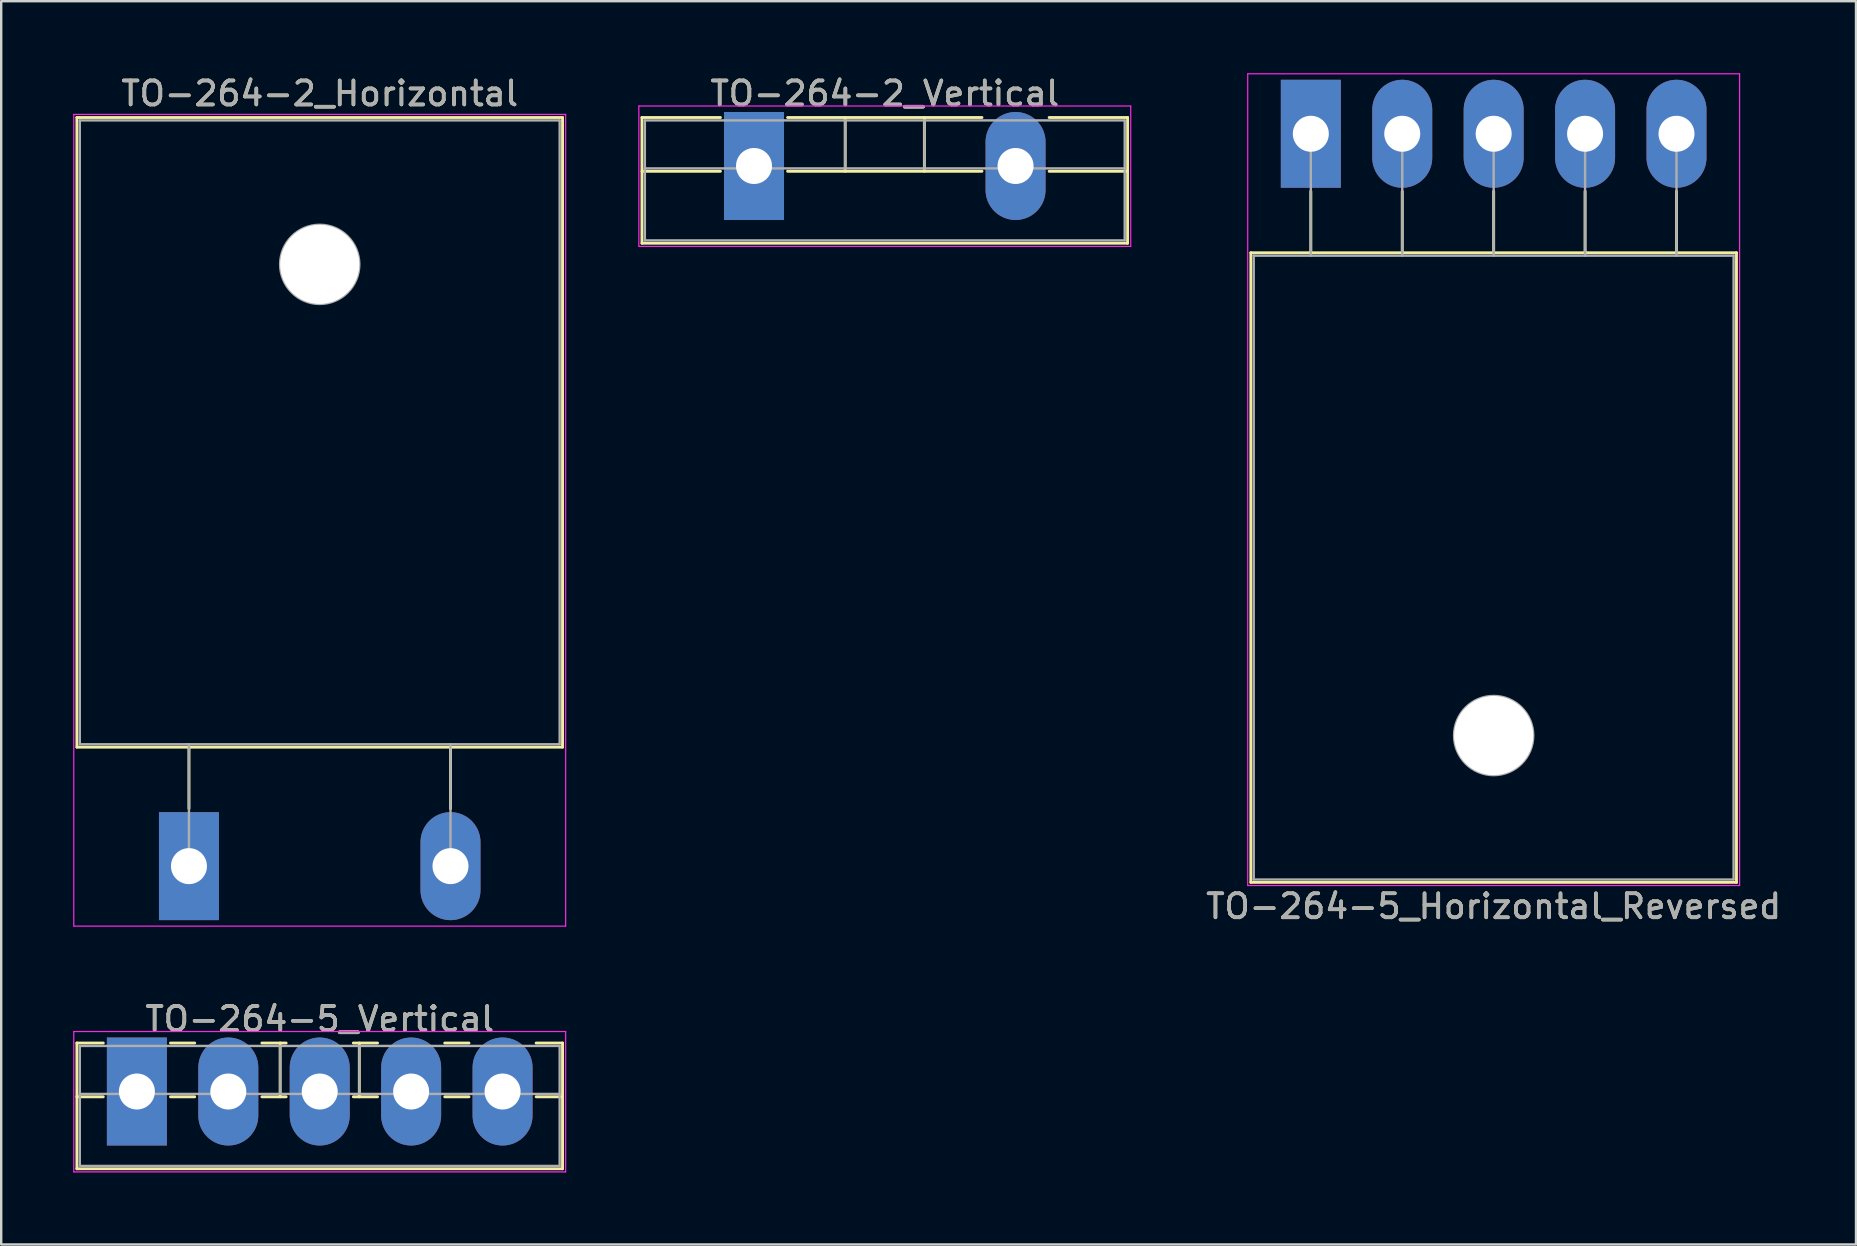
<source format=kicad_pcb>
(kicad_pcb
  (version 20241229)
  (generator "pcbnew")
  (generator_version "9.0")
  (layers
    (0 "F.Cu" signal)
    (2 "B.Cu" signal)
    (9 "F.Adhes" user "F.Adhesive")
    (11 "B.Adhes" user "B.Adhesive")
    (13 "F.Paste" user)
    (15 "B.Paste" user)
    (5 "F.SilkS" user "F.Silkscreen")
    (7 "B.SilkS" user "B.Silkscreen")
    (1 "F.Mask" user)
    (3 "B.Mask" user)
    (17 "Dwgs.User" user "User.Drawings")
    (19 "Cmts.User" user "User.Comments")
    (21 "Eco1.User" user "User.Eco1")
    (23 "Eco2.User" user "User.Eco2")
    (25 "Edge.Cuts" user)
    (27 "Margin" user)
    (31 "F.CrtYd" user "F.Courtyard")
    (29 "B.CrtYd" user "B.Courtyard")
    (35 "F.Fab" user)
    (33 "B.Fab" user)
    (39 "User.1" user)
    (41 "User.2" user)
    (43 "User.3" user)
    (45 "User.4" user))
  (footprint "TO-264-5_Vertical"
    (layer "F.Cu")
    (at 2.655 42.441)
    (property "Reference" "TO-264-5_Vertical" (at 7.62 -3.02 0) (layer "F.SilkS") (effects (font (size 1 1) (thickness 0.15))))
    (attr through_hole)
    (fp_line (start -2.5 -2.021) (end -2.5 3.22) (stroke (width 0.12) (type solid)) (layer "F.SilkS"))
    (fp_line (start -2.5 -2.021) (end -1.4 -2.021) (stroke (width 0.12) (type solid)) (layer "F.SilkS"))
    (fp_line (start -2.5 0.22) (end -1.4 0.22) (stroke (width 0.12) (type solid)) (layer "F.SilkS"))
    (fp_line (start -2.5 3.22) (end 17.74 3.22) (stroke (width 0.12) (type solid)) (layer "F.SilkS"))
    (fp_line (start 1.4 -2.021) (end 2.41 -2.021) (stroke (width 0.12) (type solid)) (layer "F.SilkS"))
    (fp_line (start 1.4 0.22) (end 2.41 0.22) (stroke (width 0.12) (type solid)) (layer "F.SilkS"))
    (fp_line (start 5.21 -2.021) (end 6.221 -2.021) (stroke (width 0.12) (type solid)) (layer "F.SilkS"))
    (fp_line (start 5.21 0.22) (end 6.221 0.22) (stroke (width 0.12) (type solid)) (layer "F.SilkS"))
    (fp_line (start 5.971 -2.021) (end 5.971 0.22) (stroke (width 0.12) (type solid)) (layer "F.SilkS"))
    (fp_line (start 9.02 -2.021) (end 10.03 -2.021) (stroke (width 0.12) (type solid)) (layer "F.SilkS"))
    (fp_line (start 9.02 0.22) (end 10.03 0.22) (stroke (width 0.12) (type solid)) (layer "F.SilkS"))
    (fp_line (start 9.27 -2.021) (end 9.27 0.22) (stroke (width 0.12) (type solid)) (layer "F.SilkS"))
    (fp_line (start 12.83 -2.021) (end 13.84 -2.021) (stroke (width 0.12) (type solid)) (layer "F.SilkS"))
    (fp_line (start 12.83 0.22) (end 13.84 0.22) (stroke (width 0.12) (type solid)) (layer "F.SilkS"))
    (fp_line (start 16.64 -2.021) (end 17.74 -2.021) (stroke (width 0.12) (type solid)) (layer "F.SilkS"))
    (fp_line (start 16.64 0.22) (end 17.74 0.22) (stroke (width 0.12) (type solid)) (layer "F.SilkS"))
    (fp_line (start 17.74 -2.021) (end 17.74 3.22) (stroke (width 0.12) (type solid)) (layer "F.SilkS"))
    (fp_line (start -2.63 -2.5) (end -2.63 3.35) (stroke (width 0.05) (type solid)) (layer "F.CrtYd"))
    (fp_line (start -2.63 3.35) (end 17.87 3.35) (stroke (width 0.05) (type solid)) (layer "F.CrtYd"))
    (fp_line (start 17.87 -2.5) (end -2.63 -2.5) (stroke (width 0.05) (type solid)) (layer "F.CrtYd"))
    (fp_line (start 17.87 3.35) (end 17.87 -2.5) (stroke (width 0.05) (type solid)) (layer "F.CrtYd"))
    (fp_line (start -2.38 -1.9) (end -2.38 3.1) (stroke (width 0.1) (type solid)) (layer "F.Fab"))
    (fp_line (start -2.38 0.1) (end 17.62 0.1) (stroke (width 0.1) (type solid)) (layer "F.Fab"))
    (fp_line (start -2.38 3.1) (end 17.62 3.1) (stroke (width 0.1) (type solid)) (layer "F.Fab"))
    (fp_line (start 5.97 -1.9) (end 5.97 0.1) (stroke (width 0.1) (type solid)) (layer "F.Fab"))
    (fp_line (start 9.27 -1.9) (end 9.27 0.1) (stroke (width 0.1) (type solid)) (layer "F.Fab"))
    (fp_line (start 17.62 -1.9) (end -2.38 -1.9) (stroke (width 0.1) (type solid)) (layer "F.Fab"))
    (fp_line (start 17.62 3.1) (end 17.62 -1.9) (stroke (width 0.1) (type solid)) (layer "F.Fab"))
    (fp_text user "${REFERENCE}" (at 7.62 -3.02 0) (layer "F.Fab") (effects (font (size 1 1) (thickness 0.15))))
    (pad "1" thru_hole rect (at 0 0) (size 2.5 4.5) (drill 1.5) (layers "*.Cu" "*.Mask"))
    (pad "2" thru_hole oval (at 3.81 0) (size 2.5 4.5) (drill 1.5) (layers "*.Cu" "*.Mask"))
    (pad "3" thru_hole oval (at 7.62 0) (size 2.5 4.5) (drill 1.5) (layers "*.Cu" "*.Mask"))
    (pad "4" thru_hole oval (at 11.43 0) (size 2.5 4.5) (drill 1.5) (layers "*.Cu" "*.Mask"))
    (pad "5" thru_hole oval (at 15.24 0) (size 2.5 4.5) (drill 1.5) (layers "*.Cu" "*.Mask")))
  (footprint "TO-264-2_Horizontal"
    (layer "F.Cu")
    (at 4.825 33.048)
    (property "Reference" "TO-264-2_Horizontal" (at 5.45 -32.2 0) (layer "F.SilkS") (effects (font (size 1 1) (thickness 0.15))))
    (attr through_hole)
    (fp_line (start -4.67 -31.2) (end -4.67 -4.96) (stroke (width 0.12) (type solid)) (layer "F.SilkS"))
    (fp_line (start -4.67 -31.2) (end 15.57 -31.2) (stroke (width 0.12) (type solid)) (layer "F.SilkS"))
    (fp_line (start -4.67 -4.96) (end 15.57 -4.96) (stroke (width 0.12) (type solid)) (layer "F.SilkS"))
    (fp_line (start 0 -4.96) (end 0 -2.4) (stroke (width 0.12) (type solid)) (layer "F.SilkS"))
    (fp_line (start 10.9 -4.96) (end 10.9 -2.4) (stroke (width 0.12) (type solid)) (layer "F.SilkS"))
    (fp_line (start 15.57 -31.2) (end 15.57 -4.96) (stroke (width 0.12) (type solid)) (layer "F.SilkS"))
    (fp_line (start -4.8 -31.33) (end -4.8 2.5) (stroke (width 0.05) (type solid)) (layer "F.CrtYd"))
    (fp_line (start -4.8 2.5) (end 15.7 2.5) (stroke (width 0.05) (type solid)) (layer "F.CrtYd"))
    (fp_line (start 15.7 -31.33) (end -4.8 -31.33) (stroke (width 0.05) (type solid)) (layer "F.CrtYd"))
    (fp_line (start 15.7 2.5) (end 15.7 -31.33) (stroke (width 0.05) (type solid)) (layer "F.CrtYd"))
    (fp_line (start -4.55 -31.08) (end 15.45 -31.08) (stroke (width 0.1) (type solid)) (layer "F.Fab"))
    (fp_line (start -4.55 -5.08) (end -4.55 -31.08) (stroke (width 0.1) (type solid)) (layer "F.Fab"))
    (fp_line (start 0 -5.08) (end 0 0) (stroke (width 0.1) (type solid)) (layer "F.Fab"))
    (fp_line (start 10.9 -5.08) (end 10.9 0) (stroke (width 0.1) (type solid)) (layer "F.Fab"))
    (fp_line (start 15.45 -31.08) (end 15.45 -5.08) (stroke (width 0.1) (type solid)) (layer "F.Fab"))
    (fp_line (start 15.45 -5.08) (end -4.55 -5.08) (stroke (width 0.1) (type solid)) (layer "F.Fab"))
    (fp_circle (center 5.45 -25.08) (end 7.1 -25.08) (stroke (width 0.1) (type solid)) (fill no) (layer "F.Fab"))
    (fp_text user "${REFERENCE}" (at 5.45 -32.2 0) (layer "F.Fab") (effects (font (size 1 1) (thickness 0.15))))
    (pad "" np_thru_hole oval (at 5.45 -25.08) (size 3.3 3.3) (drill 3.3) (layers "*.Cu" "*.Mask"))
    (pad "1" thru_hole rect (at 0 0) (size 2.5 4.5) (drill 1.5) (layers "*.Cu" "*.Mask"))
    (pad "2" thru_hole oval (at 10.9 0) (size 2.5 4.5) (drill 1.5) (layers "*.Cu" "*.Mask")))
  (footprint "TO-264-2_Vertical"
    (layer "F.Cu")
    (at 28.375 3.868)
    (property "Reference" "TO-264-2_Vertical" (at 5.45 -3.02 0) (layer "F.SilkS") (effects (font (size 1 1) (thickness 0.15))))
    (attr through_hole)
    (fp_line (start -4.67 -2.021) (end -4.67 3.22) (stroke (width 0.12) (type solid)) (layer "F.SilkS"))
    (fp_line (start -4.67 -2.021) (end -1.4 -2.021) (stroke (width 0.12) (type solid)) (layer "F.SilkS"))
    (fp_line (start -4.67 0.22) (end -1.4 0.22) (stroke (width 0.12) (type solid)) (layer "F.SilkS"))
    (fp_line (start -4.67 3.22) (end 15.57 3.22) (stroke (width 0.12) (type solid)) (layer "F.SilkS"))
    (fp_line (start 1.4 -2.021) (end 9.5 -2.021) (stroke (width 0.12) (type solid)) (layer "F.SilkS"))
    (fp_line (start 1.4 0.22) (end 9.5 0.22) (stroke (width 0.12) (type solid)) (layer "F.SilkS"))
    (fp_line (start 3.8 -2.021) (end 3.8 0.22) (stroke (width 0.12) (type solid)) (layer "F.SilkS"))
    (fp_line (start 7.1 -2.021) (end 7.1 0.22) (stroke (width 0.12) (type solid)) (layer "F.SilkS"))
    (fp_line (start 12.3 -2.021) (end 15.57 -2.021) (stroke (width 0.12) (type solid)) (layer "F.SilkS"))
    (fp_line (start 12.3 0.22) (end 15.57 0.22) (stroke (width 0.12) (type solid)) (layer "F.SilkS"))
    (fp_line (start 15.57 -2.021) (end 15.57 3.22) (stroke (width 0.12) (type solid)) (layer "F.SilkS"))
    (fp_line (start -4.8 -2.5) (end -4.8 3.35) (stroke (width 0.05) (type solid)) (layer "F.CrtYd"))
    (fp_line (start -4.8 3.35) (end 15.7 3.35) (stroke (width 0.05) (type solid)) (layer "F.CrtYd"))
    (fp_line (start 15.7 -2.5) (end -4.8 -2.5) (stroke (width 0.05) (type solid)) (layer "F.CrtYd"))
    (fp_line (start 15.7 3.35) (end 15.7 -2.5) (stroke (width 0.05) (type solid)) (layer "F.CrtYd"))
    (fp_line (start -4.55 -1.9) (end -4.55 3.1) (stroke (width 0.1) (type solid)) (layer "F.Fab"))
    (fp_line (start -4.55 0.1) (end 15.45 0.1) (stroke (width 0.1) (type solid)) (layer "F.Fab"))
    (fp_line (start -4.55 3.1) (end 15.45 3.1) (stroke (width 0.1) (type solid)) (layer "F.Fab"))
    (fp_line (start 3.8 -1.9) (end 3.8 0.1) (stroke (width 0.1) (type solid)) (layer "F.Fab"))
    (fp_line (start 7.1 -1.9) (end 7.1 0.1) (stroke (width 0.1) (type solid)) (layer "F.Fab"))
    (fp_line (start 15.45 -1.9) (end -4.55 -1.9) (stroke (width 0.1) (type solid)) (layer "F.Fab"))
    (fp_line (start 15.45 3.1) (end 15.45 -1.9) (stroke (width 0.1) (type solid)) (layer "F.Fab"))
    (fp_text user "${REFERENCE}" (at 5.45 -3.02 0) (layer "F.Fab") (effects (font (size 1 1) (thickness 0.15))))
    (pad "1" thru_hole rect (at 0 0) (size 2.5 4.5) (drill 1.5) (layers "*.Cu" "*.Mask"))
    (pad "2" thru_hole oval (at 10.9 0) (size 2.5 4.5) (drill 1.5) (layers "*.Cu" "*.Mask")))
  (footprint "TO-264-5_Horizontal_Reversed"
    (layer "F.Cu")
    (at 51.581 2.525)
    (property "Reference" "TO-264-5_Horizontal_Reversed" (at 7.62 32.2 0) (layer "F.SilkS") (effects (font (size 1 1) (thickness 0.15))))
    (attr through_hole)
    (fp_line (start -2.5 4.96) (end -2.5 31.2) (stroke (width 0.12) (type solid)) (layer "F.SilkS"))
    (fp_line (start -2.5 4.96) (end 17.74 4.96) (stroke (width 0.12) (type solid)) (layer "F.SilkS"))
    (fp_line (start -2.5 31.2) (end 17.74 31.2) (stroke (width 0.12) (type solid)) (layer "F.SilkS"))
    (fp_line (start 0 2.4) (end 0 4.96) (stroke (width 0.12) (type solid)) (layer "F.SilkS"))
    (fp_line (start 3.81 2.4) (end 3.81 4.96) (stroke (width 0.12) (type solid)) (layer "F.SilkS"))
    (fp_line (start 7.62 2.4) (end 7.62 4.96) (stroke (width 0.12) (type solid)) (layer "F.SilkS"))
    (fp_line (start 11.43 2.4) (end 11.43 4.96) (stroke (width 0.12) (type solid)) (layer "F.SilkS"))
    (fp_line (start 15.24 2.4) (end 15.24 4.96) (stroke (width 0.12) (type solid)) (layer "F.SilkS"))
    (fp_line (start 17.74 4.96) (end 17.74 31.2) (stroke (width 0.12) (type solid)) (layer "F.SilkS"))
    (fp_line (start -2.63 -2.5) (end -2.63 31.33) (stroke (width 0.05) (type solid)) (layer "F.CrtYd"))
    (fp_line (start -2.63 31.33) (end 17.87 31.33) (stroke (width 0.05) (type solid)) (layer "F.CrtYd"))
    (fp_line (start 17.87 -2.5) (end -2.63 -2.5) (stroke (width 0.05) (type solid)) (layer "F.CrtYd"))
    (fp_line (start 17.87 31.33) (end 17.87 -2.5) (stroke (width 0.05) (type solid)) (layer "F.CrtYd"))
    (fp_line (start -2.38 5.08) (end -2.38 31.08) (stroke (width 0.1) (type solid)) (layer "F.Fab"))
    (fp_line (start -2.38 31.08) (end 17.62 31.08) (stroke (width 0.1) (type solid)) (layer "F.Fab"))
    (fp_line (start 0 5.08) (end 0 0) (stroke (width 0.1) (type solid)) (layer "F.Fab"))
    (fp_line (start 3.81 5.08) (end 3.81 0) (stroke (width 0.1) (type solid)) (layer "F.Fab"))
    (fp_line (start 7.62 5.08) (end 7.62 0) (stroke (width 0.1) (type solid)) (layer "F.Fab"))
    (fp_line (start 11.43 5.08) (end 11.43 0) (stroke (width 0.1) (type solid)) (layer "F.Fab"))
    (fp_line (start 15.24 5.08) (end 15.24 0) (stroke (width 0.1) (type solid)) (layer "F.Fab"))
    (fp_line (start 17.62 5.08) (end -2.38 5.08) (stroke (width 0.1) (type solid)) (layer "F.Fab"))
    (fp_line (start 17.62 31.08) (end 17.62 5.08) (stroke (width 0.1) (type solid)) (layer "F.Fab"))
    (fp_circle (center 7.62 25.08) (end 9.27 25.08) (stroke (width 0.1) (type solid)) (fill no) (layer "F.Fab"))
    (fp_text user "${REFERENCE}" (at 7.62 32.2 0) (layer "F.Fab") (effects (font (size 1 1) (thickness 0.15))))
    (pad "" np_thru_hole oval (at 7.62 25.08) (size 3.3 3.3) (drill 3.3) (layers "*.Cu" "*.Mask"))
    (pad "1" thru_hole rect (at 0 0) (size 2.5 4.5) (drill 1.5) (layers "*.Cu" "*.Mask"))
    (pad "2" thru_hole oval (at 3.81 0) (size 2.5 4.5) (drill 1.5) (layers "*.Cu" "*.Mask"))
    (pad "3" thru_hole oval (at 7.62 0) (size 2.5 4.5) (drill 1.5) (layers "*.Cu" "*.Mask"))
    (pad "4" thru_hole oval (at 11.43 0) (size 2.5 4.5) (drill 1.5) (layers "*.Cu" "*.Mask"))
    (pad "5" thru_hole oval (at 15.24 0) (size 2.5 4.5) (drill 1.5) (layers "*.Cu" "*.Mask")))
  (gr_rect
    (start -3 -3)
    (end 74.302 48.816)
    (stroke (width 0.1) (type default))
    (fill no)
    (layer "Edge.Cuts")))
</source>
